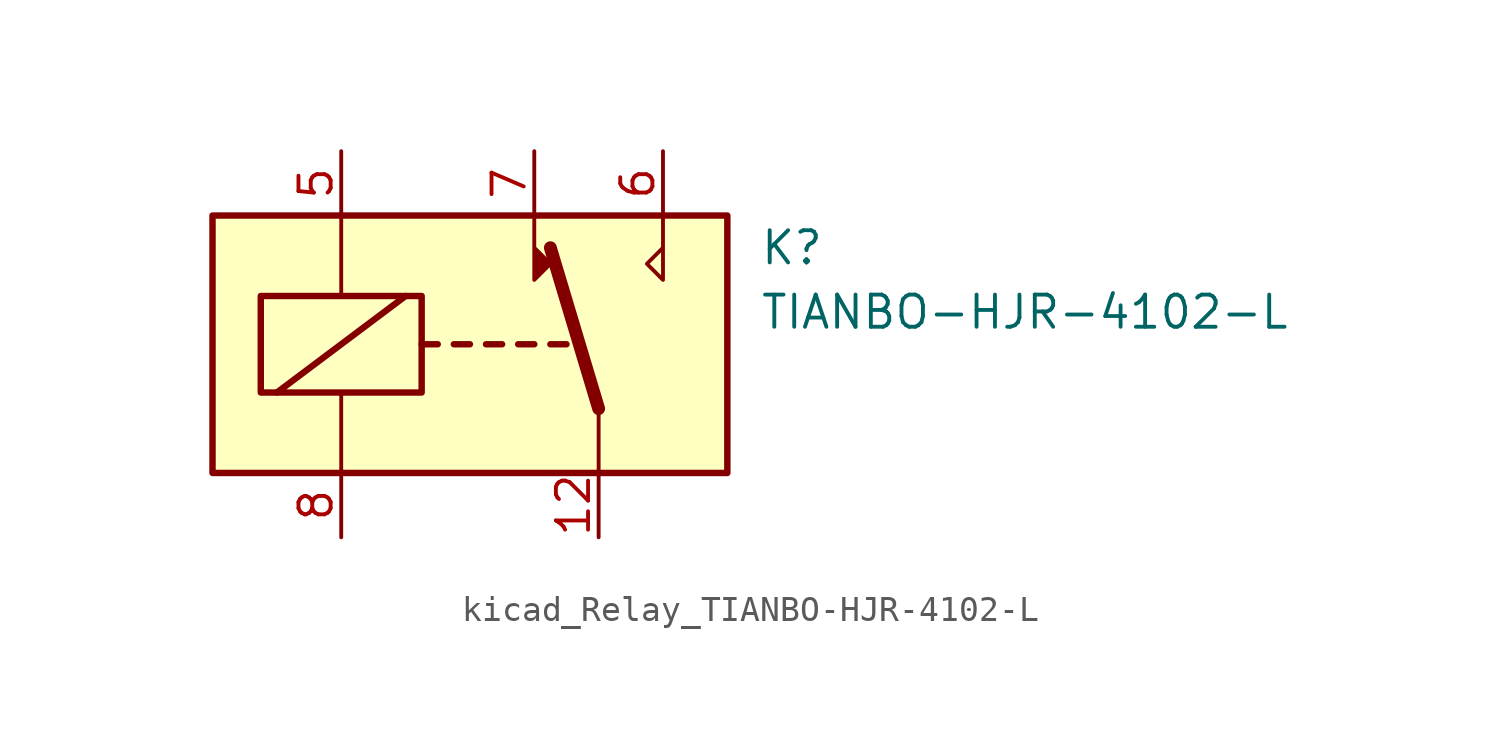
<source format=kicad_sym>
(kicad_symbol_lib
  (version 20220914)
  (generator kicad_symbol_editor)
  (symbol "kicad_Relay_TIANBO-HJR-4102-L"
    (property "Reference" "K"
      (at 11.43 3.81 0)
      (effects (font (size 1.27 1.27)) (justify left)))
    (property "Value" "TIANBO-HJR-4102-L"
      (at 11.43 1.27 0)
      (effects (font (size 1.27 1.27)) (justify left)))
    (symbol "kicad_Relay_TIANBO-HJR-4102-L_0_0"
      (polyline (pts (xy 7.62 5.08) (xy 7.62 2.54) (xy 6.985 3.175) (xy 7.62 3.81)) (stroke (width 0) (type default)) (fill (type none))))
    (symbol "kicad_Relay_TIANBO-HJR-4102-L_0_1"
      (rectangle (start -10.16 5.08) (end 10.16 -5.08) (stroke (width 0.254) (type default)) (fill (type background)))
      (rectangle (start -8.255 1.905) (end -1.905 -1.905) (stroke (width 0.254) (type default)) (fill (type none)))
      (polyline (pts (xy -7.62 -1.905) (xy -2.54 1.905)) (stroke (width 0.254) (type default)) (fill (type none)))
      (polyline (pts (xy -5.08 -5.08) (xy -5.08 -1.905)) (stroke (width 0) (type default)) (fill (type none)))
      (polyline (pts (xy -5.08 5.08) (xy -5.08 1.905)) (stroke (width 0) (type default)) (fill (type none)))
      (polyline (pts (xy -1.905 0) (xy -1.27 0)) (stroke (width 0.254) (type default)) (fill (type none)))
      (polyline (pts (xy -0.635 0) (xy 0 0)) (stroke (width 0.254) (type default)) (fill (type none)))
      (polyline (pts (xy 0.635 0) (xy 1.27 0)) (stroke (width 0.254) (type default)) (fill (type none)))
      (polyline (pts (xy 1.905 0) (xy 2.54 0)) (stroke (width 0.254) (type default)) (fill (type none)))
      (polyline (pts (xy 3.175 0) (xy 3.81 0)) (stroke (width 0.254) (type default)) (fill (type none)))
      (polyline (pts (xy 5.08 -2.54) (xy 3.175 3.81)) (stroke (width 0.508) (type default)) (fill (type none)))
      (polyline (pts (xy 5.08 -2.54) (xy 5.08 -5.08)) (stroke (width 0) (type default)) (fill (type none)))
      (polyline (pts (xy 2.54 5.08) (xy 2.54 2.54) (xy 3.175 3.175) (xy 2.54 3.81)) (stroke (width 0) (type default)) (fill (type outline))))
    (symbol "kicad_Relay_TIANBO-HJR-4102-L_1_1"
      (pin passive line (at 5.08 -7.62 90) (length 2.54) (name "~" (effects (font (size 1.27 1.27)))) (number "12" (effects (font (size 1.27 1.27)))))
      (pin passive line (at -5.08 7.62 270) (length 2.54) (name "~" (effects (font (size 1.27 1.27)))) (number "5" (effects (font (size 1.27 1.27)))))
      (pin passive line (at 7.62 7.62 270) (length 2.54) (name "~" (effects (font (size 1.27 1.27)))) (number "6" (effects (font (size 1.27 1.27)))))
      (pin passive line (at 2.54 7.62 270) (length 2.54) (name "~" (effects (font (size 1.27 1.27)))) (number "7" (effects (font (size 1.27 1.27)))))
      (pin passive line (at -5.08 -7.62 90) (length 2.54) (name "~" (effects (font (size 1.27 1.27)))) (number "8" (effects (font (size 1.27 1.27))))))))
</source>
